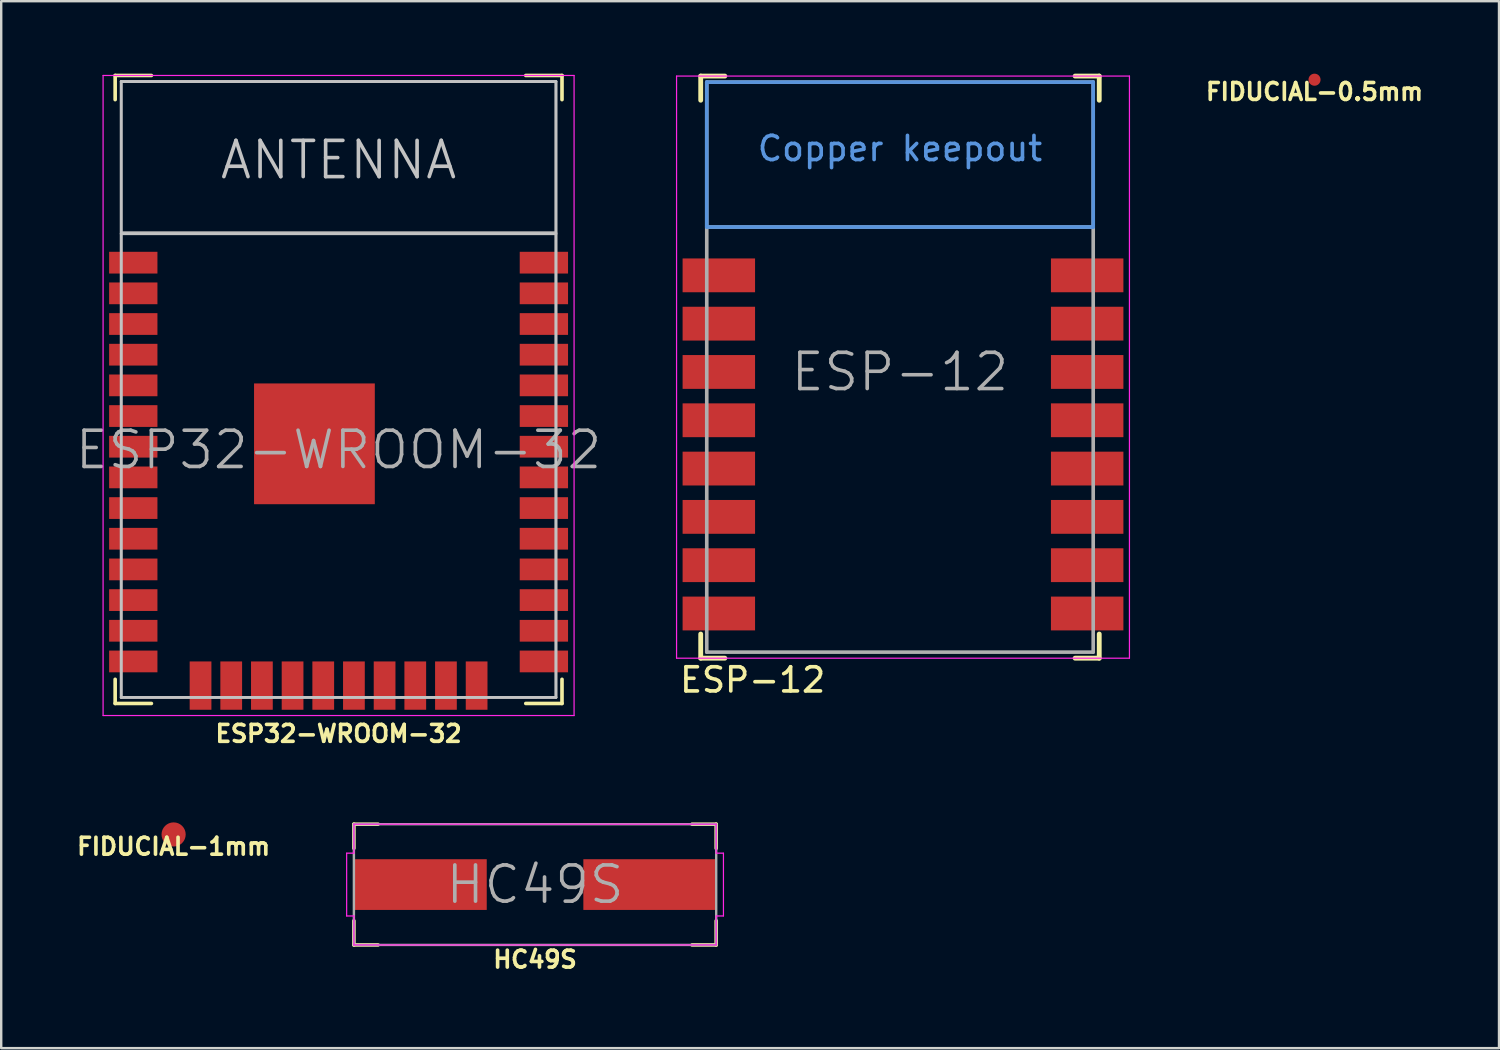
<source format=kicad_pcb>
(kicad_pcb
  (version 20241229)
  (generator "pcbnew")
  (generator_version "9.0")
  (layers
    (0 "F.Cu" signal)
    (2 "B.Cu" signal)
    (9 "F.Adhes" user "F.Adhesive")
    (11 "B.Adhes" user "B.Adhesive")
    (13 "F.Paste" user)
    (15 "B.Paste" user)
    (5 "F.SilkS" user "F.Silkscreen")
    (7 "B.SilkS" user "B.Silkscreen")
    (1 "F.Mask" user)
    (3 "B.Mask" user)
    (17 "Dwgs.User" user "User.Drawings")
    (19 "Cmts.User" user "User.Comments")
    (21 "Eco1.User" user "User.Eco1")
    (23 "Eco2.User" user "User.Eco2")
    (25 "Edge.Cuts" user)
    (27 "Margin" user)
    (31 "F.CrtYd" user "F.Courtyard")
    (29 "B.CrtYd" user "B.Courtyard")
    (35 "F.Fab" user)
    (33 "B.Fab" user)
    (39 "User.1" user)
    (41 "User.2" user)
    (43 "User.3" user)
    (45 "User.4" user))
  (footprint "HC49S"
    (layer "F.Cu")
    (at 19.102 33.573)
    (property "Reference" "HC49S" (at 0 3.1 0) (layer "F.SilkS") (effects (font (size 0.7 0.7) (thickness 0.15))))
    (attr through_hole)
    (fp_line (start -7.5 -2.5) (end -6.5 -2.5) (stroke (width 0.15) (type solid)) (layer "F.SilkS"))
    (fp_line (start -7.5 -1.5) (end -7.5 -2.5) (stroke (width 0.15) (type solid)) (layer "F.SilkS"))
    (fp_line (start -7.5 1.5) (end -7.5 2.5) (stroke (width 0.15) (type solid)) (layer "F.SilkS"))
    (fp_line (start -7.5 2.5) (end -6.5 2.5) (stroke (width 0.15) (type solid)) (layer "F.SilkS"))
    (fp_line (start 6.5 -2.5) (end 7.5 -2.5) (stroke (width 0.15) (type solid)) (layer "F.SilkS"))
    (fp_line (start 7.5 -2.5) (end 7.5 -1.5) (stroke (width 0.15) (type solid)) (layer "F.SilkS"))
    (fp_line (start 7.5 1.5) (end 7.5 2.5) (stroke (width 0.15) (type solid)) (layer "F.SilkS"))
    (fp_line (start 7.5 2.5) (end 6.5 2.5) (stroke (width 0.15) (type solid)) (layer "F.SilkS"))
    (fp_line (start -7.8 -1.3) (end -7.8 1.3) (stroke (width 0.05) (type solid)) (layer "F.CrtYd"))
    (fp_line (start -7.8 1.3) (end -7.5 1.3) (stroke (width 0.05) (type solid)) (layer "F.CrtYd"))
    (fp_line (start -7.5 -2.5) (end -7.5 -1.3) (stroke (width 0.05) (type solid)) (layer "F.CrtYd"))
    (fp_line (start -7.5 -1.3) (end -7.8 -1.3) (stroke (width 0.05) (type solid)) (layer "F.CrtYd"))
    (fp_line (start -7.5 1.3) (end -7.5 2.5) (stroke (width 0.05) (type solid)) (layer "F.CrtYd"))
    (fp_line (start -7.5 2.5) (end 7.5 2.5) (stroke (width 0.05) (type solid)) (layer "F.CrtYd"))
    (fp_line (start 7.5 -2.5) (end -7.5 -2.5) (stroke (width 0.05) (type solid)) (layer "F.CrtYd"))
    (fp_line (start 7.5 -1.3) (end 7.5 -2.5) (stroke (width 0.05) (type solid)) (layer "F.CrtYd"))
    (fp_line (start 7.5 1.3) (end 7.8 1.3) (stroke (width 0.05) (type solid)) (layer "F.CrtYd"))
    (fp_line (start 7.5 2.5) (end 7.5 1.3) (stroke (width 0.05) (type solid)) (layer "F.CrtYd"))
    (fp_line (start 7.8 -1.3) (end 7.5 -1.3) (stroke (width 0.05) (type solid)) (layer "F.CrtYd"))
    (fp_line (start 7.8 1.3) (end 7.8 -1.3) (stroke (width 0.05) (type solid)) (layer "F.CrtYd"))
    (fp_line (start -7.5 -2.5) (end 7.5 -2.5) (stroke (width 0.1) (type solid)) (layer "F.Fab"))
    (fp_line (start -7.5 2.5) (end -7.5 -2.5) (stroke (width 0.1) (type solid)) (layer "F.Fab"))
    (fp_line (start 7.5 -2.5) (end 7.5 2.5) (stroke (width 0.1) (type solid)) (layer "F.Fab"))
    (fp_line (start 7.5 2.5) (end -7.5 2.5) (stroke (width 0.1) (type solid)) (layer "F.Fab"))
    (fp_text user "${REFERENCE}" (at 0 0 0) (layer "F.Fab") (effects (font (size 1.5 1.5) (thickness 0.15))))
    (pad "1" smd rect (at -4.75 0) (size 5.5 2.1) (layers "F.Cu" "F.Mask" "F.Paste"))
    (pad "2" smd rect (at 4.75 0) (size 5.5 2.1) (layers "F.Cu" "F.Mask" "F.Paste")))
  (footprint "FIDUCIAL-1mm"
    (layer "F.Cu")
    (at 4.138 31.498)
    (property "Reference" "FIDUCIAL-1mm" (at 0 0.5 0) (layer "F.SilkS") (effects (font (size 0.7 0.7) (thickness 0.15))))
    (attr through_hole)
    (pad "" connect circle (at 0 0) (size 1 1) (layers "F.Cu" "F.Mask")))
  (footprint "ESP-12"
    (layer "F.Cu")
    (at 34.211 12.35)
    (property "Reference" "ESP-12" (at -6.1 12.75 0) (layer "F.SilkS") (effects (font (size 1 1) (thickness 0.15))))
    (attr through_hole)
    (fp_line (start -8.25 -12.25) (end -8.25 -11.25) (stroke (width 0.2) (type solid)) (layer "F.SilkS"))
    (fp_line (start -8.25 11.85) (end -8.25 10.85) (stroke (width 0.2) (type solid)) (layer "F.SilkS"))
    (fp_line (start -7.25 -12.25) (end -8.25 -12.25) (stroke (width 0.2) (type solid)) (layer "F.SilkS"))
    (fp_line (start -7.25 11.85) (end -8.25 11.85) (stroke (width 0.2) (type solid)) (layer "F.SilkS"))
    (fp_line (start 8.25 -12.25) (end 7.25 -12.25) (stroke (width 0.2) (type solid)) (layer "F.SilkS"))
    (fp_line (start 8.25 -12.25) (end 8.25 -11.25) (stroke (width 0.2) (type solid)) (layer "F.SilkS"))
    (fp_line (start 8.25 11.85) (end 7.25 11.85) (stroke (width 0.2) (type solid)) (layer "F.SilkS"))
    (fp_line (start 8.25 11.85) (end 8.25 10.85) (stroke (width 0.2) (type solid)) (layer "F.SilkS"))
    (fp_line (start -8 -12) (end -8 -6) (stroke (width 0.15) (type solid)) (layer "Cmts.User"))
    (fp_line (start -8 -6) (end 8 -6) (stroke (width 0.15) (type solid)) (layer "Cmts.User"))
    (fp_line (start 8 -12) (end -8 -12) (stroke (width 0.15) (type solid)) (layer "Cmts.User"))
    (fp_line (start 8 -6) (end 8 -12) (stroke (width 0.15) (type solid)) (layer "Cmts.User"))
    (fp_line (start -9.25 -12.25) (end -9.25 11.85) (stroke (width 0.05) (type solid)) (layer "F.CrtYd"))
    (fp_line (start -9.25 11.85) (end 9.5 11.85) (stroke (width 0.05) (type solid)) (layer "F.CrtYd"))
    (fp_line (start 9.5 -12.25) (end -9.25 -12.25) (stroke (width 0.05) (type solid)) (layer "F.CrtYd"))
    (fp_line (start 9.5 11.85) (end 9.5 -12.25) (stroke (width 0.05) (type solid)) (layer "F.CrtYd"))
    (fp_line (start -8 -12) (end 8 -12) (stroke (width 0.15) (type solid)) (layer "F.Fab"))
    (fp_line (start -8 -6) (end 8 -6) (stroke (width 0.15) (type solid)) (layer "F.Fab"))
    (fp_line (start -8 11.6) (end -8 -12) (stroke (width 0.15) (type solid)) (layer "F.Fab"))
    (fp_line (start 8 -12) (end 8 11.6) (stroke (width 0.15) (type solid)) (layer "F.Fab"))
    (fp_line (start 8 11.6) (end -8 11.6) (stroke (width 0.15) (type solid)) (layer "F.Fab"))
    (fp_text user "Copper keepout" (at 0 -9.25 0) (layer "Cmts.User") (effects (font (size 1 1) (thickness 0.15))))
    (fp_text user "${REFERENCE}" (at 0 0 0) (layer "F.Fab") (effects (font (size 1.5 1.5) (thickness 0.15))))
    (pad "1" smd rect (at -7.5 -4) (size 3 1.4) (layers "F.Cu" "F.Mask" "F.Paste"))
    (pad "2" smd rect (at -7.5 -2) (size 3 1.4) (layers "F.Cu" "F.Mask" "F.Paste"))
    (pad "3" smd rect (at -7.5 0) (size 3 1.4) (layers "F.Cu" "F.Mask" "F.Paste"))
    (pad "4" smd rect (at -7.5 2) (size 3 1.4) (layers "F.Cu" "F.Mask" "F.Paste"))
    (pad "5" smd rect (at -7.5 4) (size 3 1.4) (layers "F.Cu" "F.Mask" "F.Paste"))
    (pad "6" smd rect (at -7.5 6) (size 3 1.4) (layers "F.Cu" "F.Mask" "F.Paste"))
    (pad "7" smd rect (at -7.5 8) (size 3 1.4) (layers "F.Cu" "F.Mask" "F.Paste"))
    (pad "8" smd rect (at -7.5 10) (size 3 1.4) (layers "F.Cu" "F.Mask" "F.Paste"))
    (pad "9" smd rect (at 7.75 10) (size 3 1.4) (layers "F.Cu" "F.Mask" "F.Paste"))
    (pad "10" smd rect (at 7.75 8) (size 3 1.4) (layers "F.Cu" "F.Mask" "F.Paste"))
    (pad "11" smd rect (at 7.75 6) (size 3 1.4) (layers "F.Cu" "F.Mask" "F.Paste"))
    (pad "12" smd rect (at 7.75 4) (size 3 1.4) (layers "F.Cu" "F.Mask" "F.Paste"))
    (pad "13" smd rect (at 7.75 2) (size 3 1.4) (layers "F.Cu" "F.Mask" "F.Paste"))
    (pad "14" smd rect (at 7.75 0) (size 3 1.4) (layers "F.Cu" "F.Mask" "F.Paste"))
    (pad "15" smd rect (at 7.75 -2) (size 3 1.4) (layers "F.Cu" "F.Mask" "F.Paste"))
    (pad "16" smd rect (at 7.75 -4) (size 3 1.4) (layers "F.Cu" "F.Mask" "F.Paste")))
  (footprint "FIDUCIAL-0.5mm"
    (layer "F.Cu")
    (at 51.374 0.25)
    (property "Reference" "FIDUCIAL-0.5mm" (at 0 0.5 0) (layer "F.SilkS") (effects (font (size 0.7 0.7) (thickness 0.15))))
    (attr through_hole)
    (pad "" connect circle (at 0 0) (size 0.5 0.5) (layers "F.Cu" "F.Mask")))
  (footprint "ESP32-WROOM-32"
    (layer "F.Cu")
    (at 10.968 0.325)
    (property "Reference" "ESP32-WROOM-32" (at 0 27 0) (layer "F.SilkS") (effects (font (size 0.7 0.7) (thickness 0.15))))
    (attr smd)
    (fp_line (start -9.25 -0.25) (end -7.75 -0.25) (stroke (width 0.15) (type solid)) (layer "F.SilkS"))
    (fp_line (start -9.25 0.75) (end -9.25 -0.25) (stroke (width 0.15) (type solid)) (layer "F.SilkS"))
    (fp_line (start -9.25 24.75) (end -9.25 25.75) (stroke (width 0.15) (type solid)) (layer "F.SilkS"))
    (fp_line (start -9.25 25.75) (end -7.75 25.75) (stroke (width 0.15) (type solid)) (layer "F.SilkS"))
    (fp_line (start 9.25 -0.25) (end 7.75 -0.25) (stroke (width 0.15) (type solid)) (layer "F.SilkS"))
    (fp_line (start 9.25 0.75) (end 9.25 -0.25) (stroke (width 0.15) (type solid)) (layer "F.SilkS"))
    (fp_line (start 9.25 24.75) (end 9.25 25.75) (stroke (width 0.15) (type solid)) (layer "F.SilkS"))
    (fp_line (start 9.25 25.75) (end 7.75 25.75) (stroke (width 0.15) (type solid)) (layer "F.SilkS"))
    (fp_line (start -9 0) (end 9 0) (stroke (width 0.12) (type solid)) (layer "Dwgs.User"))
    (fp_line (start -9 6.3) (end 9 6.3) (stroke (width 0.12) (type solid)) (layer "Dwgs.User"))
    (fp_line (start -9 25.5) (end -9 0) (stroke (width 0.12) (type solid)) (layer "Dwgs.User"))
    (fp_line (start 9 0) (end 9 25.5) (stroke (width 0.12) (type solid)) (layer "Dwgs.User"))
    (fp_line (start 9 25.5) (end -9 25.5) (stroke (width 0.12) (type solid)) (layer "Dwgs.User"))
    (fp_line (start -9.75 -0.25) (end -9.75 26.25) (stroke (width 0.05) (type solid)) (layer "F.CrtYd"))
    (fp_line (start -9.75 26.25) (end 9.75 26.25) (stroke (width 0.05) (type solid)) (layer "F.CrtYd"))
    (fp_line (start 9.75 -0.25) (end -9.75 -0.25) (stroke (width 0.05) (type solid)) (layer "F.CrtYd"))
    (fp_line (start 9.75 26.25) (end 9.75 -0.25) (stroke (width 0.05) (type solid)) (layer "F.CrtYd"))
    (fp_line (start -9 0) (end 9 0) (stroke (width 0.1) (type solid)) (layer "F.Fab"))
    (fp_line (start -9 25.5) (end -9 0) (stroke (width 0.1) (type solid)) (layer "F.Fab"))
    (fp_line (start 9 0) (end 9 25.5) (stroke (width 0.1) (type solid)) (layer "F.Fab"))
    (fp_line (start 9 6.25) (end -9 6.25) (stroke (width 0.1) (type solid)) (layer "F.Fab"))
    (fp_line (start 9 25.5) (end -9 25.5) (stroke (width 0.1) (type solid)) (layer "F.Fab"))
    (fp_text user "ANTENNA" (at 0 3.25 0) (layer "Dwgs.User") (effects (font (size 1.5 1.5) (thickness 0.15))))
    (fp_text user "${REFERENCE}" (at 0 15.25 0) (layer "F.Fab") (effects (font (size 1.5 1.5) (thickness 0.15))))
    (pad "1" smd rect (at -8.5 7.5) (size 2 0.9) (layers "F.Cu" "F.Mask" "F.Paste"))
    (pad "2" smd rect (at -8.5 8.77) (size 2 0.9) (layers "F.Cu" "F.Mask" "F.Paste"))
    (pad "3" smd rect (at -8.5 10.04) (size 2 0.9) (layers "F.Cu" "F.Mask" "F.Paste"))
    (pad "4" smd rect (at -8.5 11.31) (size 2 0.9) (layers "F.Cu" "F.Mask" "F.Paste"))
    (pad "5" smd rect (at -8.5 12.58) (size 2 0.9) (layers "F.Cu" "F.Mask" "F.Paste"))
    (pad "6" smd rect (at -8.5 13.85) (size 2 0.9) (layers "F.Cu" "F.Mask" "F.Paste"))
    (pad "7" smd rect (at -8.5 15.12) (size 2 0.9) (layers "F.Cu" "F.Mask" "F.Paste"))
    (pad "8" smd rect (at -8.5 16.39) (size 2 0.9) (layers "F.Cu" "F.Mask" "F.Paste"))
    (pad "9" smd rect (at -8.5 17.66) (size 2 0.9) (layers "F.Cu" "F.Mask" "F.Paste"))
    (pad "10" smd rect (at -8.5 18.93) (size 2 0.9) (layers "F.Cu" "F.Mask" "F.Paste"))
    (pad "11" smd rect (at -8.5 20.2) (size 2 0.9) (layers "F.Cu" "F.Mask" "F.Paste"))
    (pad "12" smd rect (at -8.5 21.47) (size 2 0.9) (layers "F.Cu" "F.Mask" "F.Paste"))
    (pad "13" smd rect (at -8.5 22.74) (size 2 0.9) (layers "F.Cu" "F.Mask" "F.Paste"))
    (pad "14" smd rect (at -8.5 24.01) (size 2 0.9) (layers "F.Cu" "F.Mask" "F.Paste"))
    (pad "15" smd rect (at -5.715 25.01 90) (size 2 0.9) (layers "F.Cu" "F.Mask" "F.Paste"))
    (pad "16" smd rect (at -4.445 25.01 90) (size 2 0.9) (layers "F.Cu" "F.Mask" "F.Paste"))
    (pad "17" smd rect (at -3.175 25.01 90) (size 2 0.9) (layers "F.Cu" "F.Mask" "F.Paste"))
    (pad "18" smd rect (at -1.905 25.01 90) (size 2 0.9) (layers "F.Cu" "F.Mask" "F.Paste"))
    (pad "19" smd rect (at -0.635 25.01 90) (size 2 0.9) (layers "F.Cu" "F.Mask" "F.Paste"))
    (pad "20" smd rect (at 0.635 25.01 90) (size 2 0.9) (layers "F.Cu" "F.Mask" "F.Paste"))
    (pad "21" smd rect (at 1.905 25.01 90) (size 2 0.9) (layers "F.Cu" "F.Mask" "F.Paste"))
    (pad "22" smd rect (at 3.175 25.01 90) (size 2 0.9) (layers "F.Cu" "F.Mask" "F.Paste"))
    (pad "23" smd rect (at 4.445 25.01 90) (size 2 0.9) (layers "F.Cu" "F.Mask" "F.Paste"))
    (pad "24" smd rect (at 5.715 25.01 90) (size 2 0.9) (layers "F.Cu" "F.Mask" "F.Paste"))
    (pad "25" smd rect (at 8.5 24.01) (size 2 0.9) (layers "F.Cu" "F.Mask" "F.Paste"))
    (pad "26" smd rect (at 8.5 22.74) (size 2 0.9) (layers "F.Cu" "F.Mask" "F.Paste"))
    (pad "27" smd rect (at 8.5 21.47) (size 2 0.9) (layers "F.Cu" "F.Mask" "F.Paste"))
    (pad "28" smd rect (at 8.5 20.2) (size 2 0.9) (layers "F.Cu" "F.Mask" "F.Paste"))
    (pad "29" smd rect (at 8.5 18.93) (size 2 0.9) (layers "F.Cu" "F.Mask" "F.Paste"))
    (pad "30" smd rect (at 8.5 17.66) (size 2 0.9) (layers "F.Cu" "F.Mask" "F.Paste"))
    (pad "31" smd rect (at 8.5 16.39) (size 2 0.9) (layers "F.Cu" "F.Mask" "F.Paste"))
    (pad "32" smd rect (at 8.5 15.12) (size 2 0.9) (layers "F.Cu" "F.Mask" "F.Paste"))
    (pad "33" smd rect (at 8.5 13.85) (size 2 0.9) (layers "F.Cu" "F.Mask" "F.Paste"))
    (pad "34" smd rect (at 8.5 12.58) (size 2 0.9) (layers "F.Cu" "F.Mask" "F.Paste"))
    (pad "35" smd rect (at 8.5 11.31) (size 2 0.9) (layers "F.Cu" "F.Mask" "F.Paste"))
    (pad "36" smd rect (at 8.5 10.04) (size 2 0.9) (layers "F.Cu" "F.Mask" "F.Paste"))
    (pad "37" smd rect (at 8.5 8.77) (size 2 0.9) (layers "F.Cu" "F.Mask" "F.Paste"))
    (pad "38" smd rect (at 8.5 7.5) (size 2 0.9) (layers "F.Cu" "F.Mask" "F.Paste"))
    (pad "FLAG" smd rect (at -1 15) (size 5 5) (layers "F.Cu" "F.Mask" "F.Paste")))
  (gr_rect
    (start -3 -3)
    (end 59.012 40.346)
    (stroke (width 0.1) (type default))
    (fill no)
    (layer "Edge.Cuts")))
</source>
